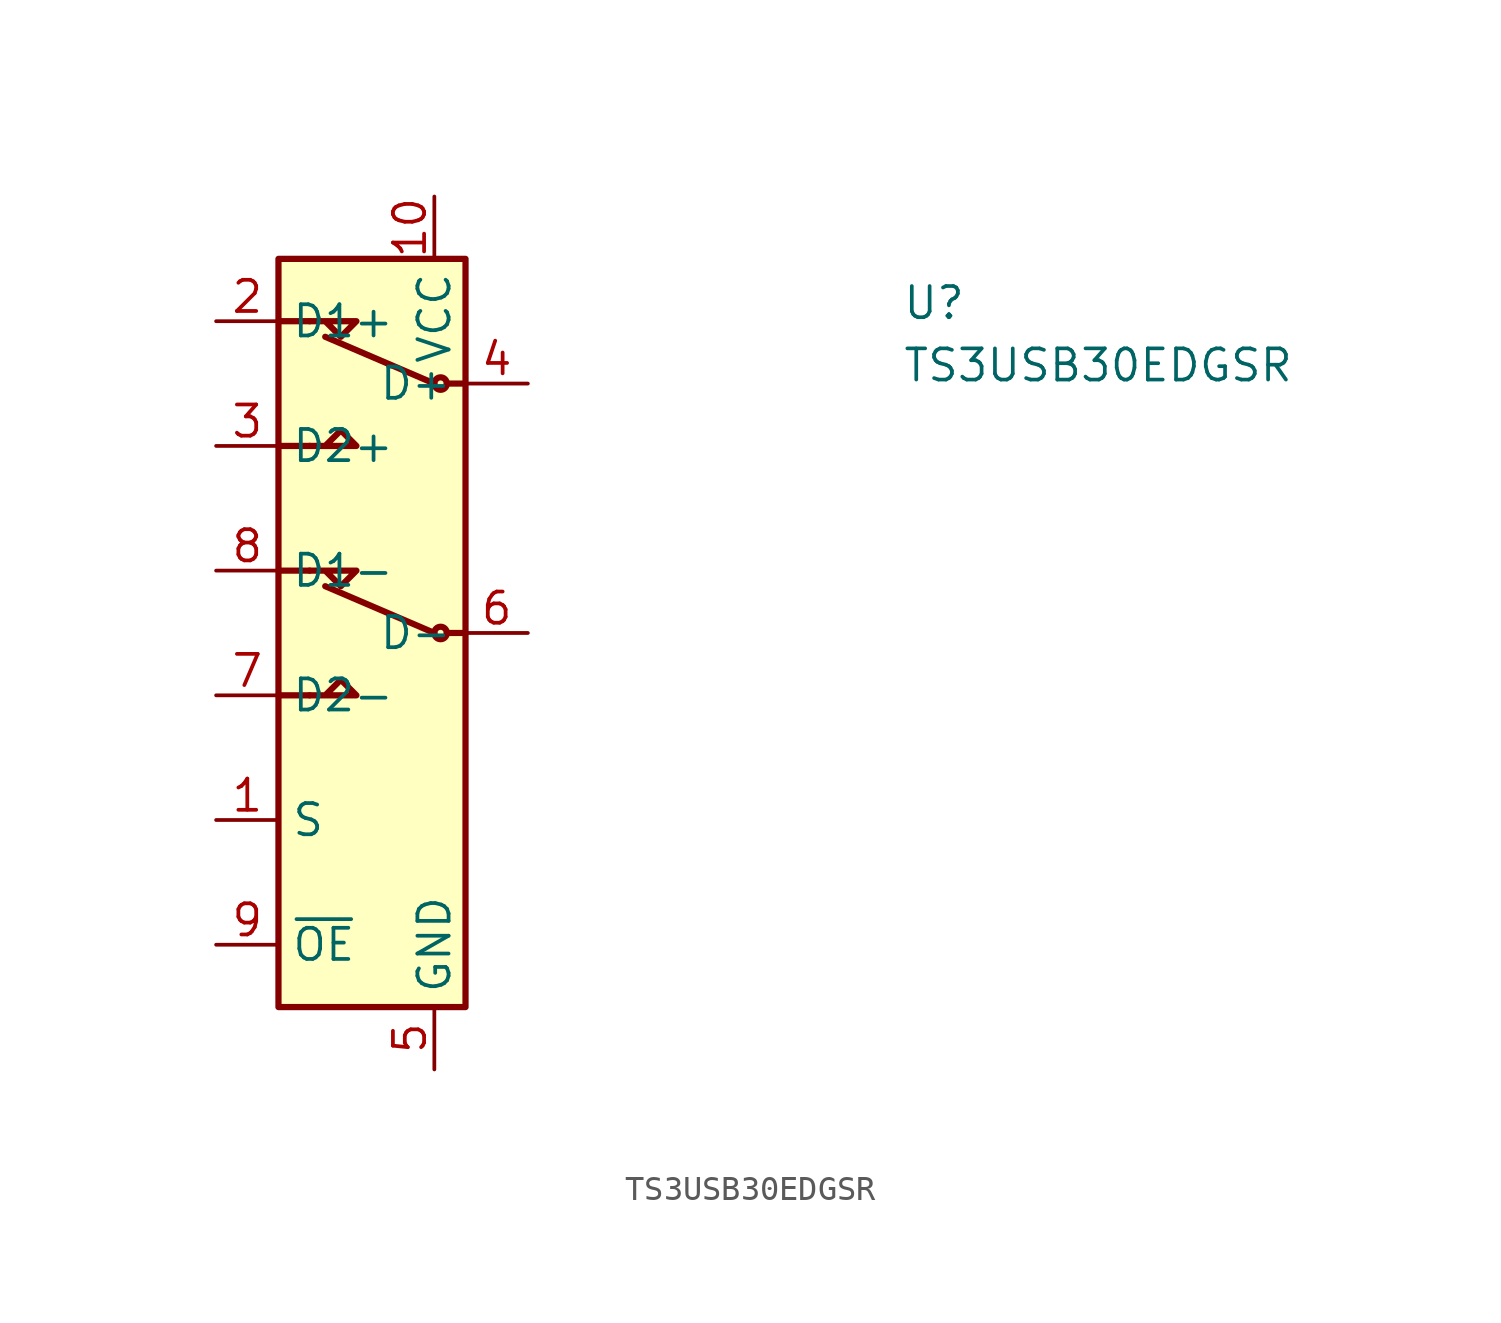
<source format=kicad_sym>
(kicad_symbol_lib
  (version 20211014)
  (generator kicad_symbol_editor)
  (symbol "TS3USB30EDGSR"
    (property "Reference" "U"
      (at 27.94 20.32 0)
      (effects (font (size 1.27 1.27) (thickness 0.15)) (justify left bottom)))
    (property "Value" "TS3USB30EDGSR"
      (at 27.94 17.78 0)
      (effects (font (size 1.27 1.27) (thickness 0.15)) (justify left bottom)))
    (symbol "TS3USB30EDGSR_1_1"
      (polyline (pts (xy 2.54 5.08) (xy 3.81 5.08)) (stroke (width 0.254) (type default) (color 0 0 0 0)) (fill (type background)))
      (polyline (pts (xy 2.54 15.24) (xy 3.81 15.24)) (stroke (width 0.254) (type default) (color 0 0 0 0)) (fill (type background)))
      (polyline (pts (xy 3.81 10.16) (xy 2.54 10.16)) (stroke (width 0.254) (type default) (color 0 0 0 0)) (fill (type background)))
      (polyline (pts (xy 3.81 20.32) (xy 2.54 20.32)) (stroke (width 0.254) (type default) (color 0 0 0 0)) (fill (type background)))
      (polyline (pts (xy 4.445 9.525) (xy 8.89 7.62)) (stroke (width 0.254) (type default) (color 0 0 0 0)) (fill (type background)))
      (polyline (pts (xy 4.445 19.685) (xy 8.89 17.78)) (stroke (width 0.254) (type default) (color 0 0 0 0)) (fill (type background)))
      (polyline (pts (xy 9.398 7.62) (xy 10.16 7.62)) (stroke (width 0.254) (type default) (color 0 0 0 0)) (fill (type background)))
      (polyline (pts (xy 9.398 17.78) (xy 10.16 17.78)) (stroke (width 0.254) (type default) (color 0 0 0 0)) (fill (type background)))
      (polyline (pts (xy 3.81 5.08) (xy 5.715 5.08) (xy 5.08 5.715) (xy 4.445 5.08)) (stroke (width 0.254) (type default) (color 0 0 0 0)) (fill (type background)))
      (polyline (pts (xy 3.81 10.16) (xy 5.715 10.16) (xy 5.08 9.525) (xy 4.445 10.16)) (stroke (width 0.254) (type default) (color 0 0 0 0)) (fill (type background)))
      (polyline (pts (xy 3.81 15.24) (xy 5.715 15.24) (xy 5.08 15.875) (xy 4.445 15.24)) (stroke (width 0.254) (type default) (color 0 0 0 0)) (fill (type background)))
      (polyline (pts (xy 3.81 20.32) (xy 5.715 20.32) (xy 5.08 19.685) (xy 4.445 20.32)) (stroke (width 0.254) (type default) (color 0 0 0 0)) (fill (type background)))
      (rectangle (start 2.54 22.86) (end 10.16 -7.62) (stroke (width 0.254) (type default) (color 0 0 0 0)) (fill (type background)))
      (circle (center 9.144 7.62) (radius 0.254) (stroke (width 0.254) (type default) (color 0 0 0 0)) (fill (type background)))
      (circle (center 9.144 17.78) (radius 0.254) (stroke (width 0.254) (type default) (color 0 0 0 0)) (fill (type background)))
      (pin input line (at 0 0 0) (length 2.54) (name "S" (effects (font (size 1.27 1.27)))) (number "1" (effects (font (size 1.27 1.27)))))
      (pin power_in line (at 8.89 25.4 270) (length 2.54) (name "VCC" (effects (font (size 1.27 1.27)))) (number "10" (effects (font (size 1.27 1.27)))))
      (pin bidirectional line (at 0 20.32 0) (length 2.54) (name "D1+" (effects (font (size 1.27 1.27)))) (number "2" (effects (font (size 1.27 1.27)))))
      (pin bidirectional line (at 0 15.24 0) (length 2.54) (name "D2+" (effects (font (size 1.27 1.27)))) (number "3" (effects (font (size 1.27 1.27)))))
      (pin bidirectional line (at 12.7 17.78 180) (length 2.54) (name "D+" (effects (font (size 1.27 1.27)))) (number "4" (effects (font (size 1.27 1.27)))))
      (pin power_in line (at 8.89 -10.16 90) (length 2.54) (name "GND" (effects (font (size 1.27 1.27)))) (number "5" (effects (font (size 1.27 1.27)))))
      (pin bidirectional line (at 12.7 7.62 180) (length 2.54) (name "D-" (effects (font (size 1.27 1.27)))) (number "6" (effects (font (size 1.27 1.27)))))
      (pin bidirectional line (at 0 5.08 0) (length 2.54) (name "D2-" (effects (font (size 1.27 1.27)))) (number "7" (effects (font (size 1.27 1.27)))))
      (pin bidirectional line (at 0 10.16 0) (length 2.54) (name "D1-" (effects (font (size 1.27 1.27)))) (number "8" (effects (font (size 1.27 1.27)))))
      (pin input line (at 0 -5.08 0) (length 2.54) (name "~{OE}" (effects (font (size 1.27 1.27)))) (number "9" (effects (font (size 1.27 1.27))))))))
</source>
